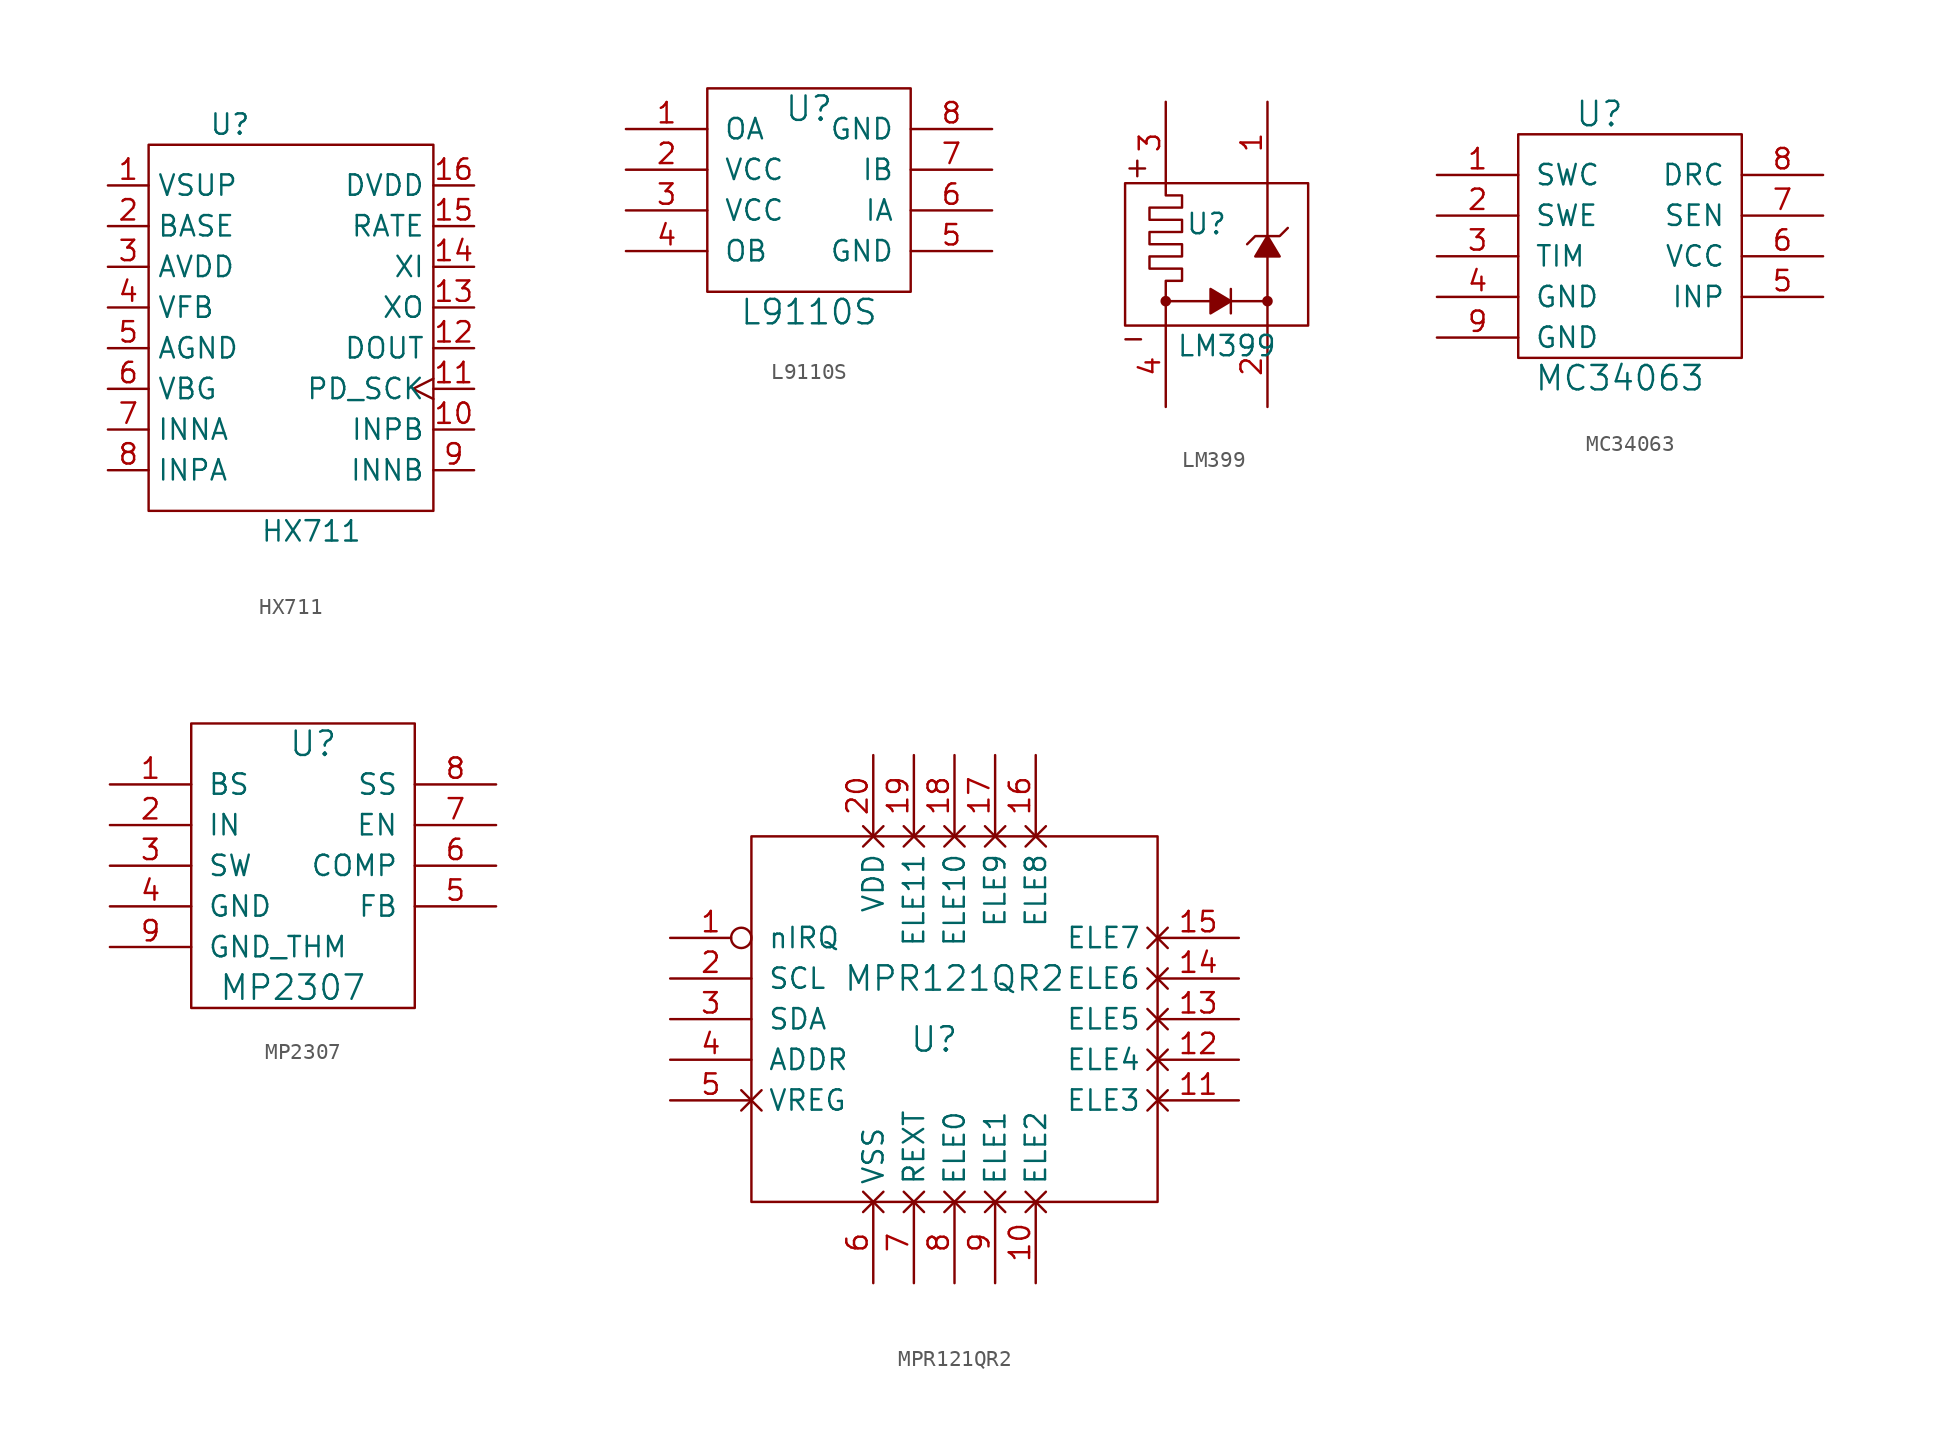
<source format=kicad_sym>
(kicad_symbol_lib
  (version 20220914)
  (generator kicad_symbol_editor)
  (symbol "HX711"
    (property "Reference" "U"
      (at -3.81 12.7 0)
      (effects (font (size 1.27 1.27))))
    (property "Value" "HX711"
      (at 1.27 -12.7 0)
      (effects (font (size 1.27 1.27))))
    (symbol "HX711_0_1"
      (rectangle (start -8.89 11.43) (end 8.89 -11.43) (stroke (width 0) (type default)) (fill (type none))))
    (symbol "HX711_1_1"
      (pin power_in line (at -11.43 8.89 0) (length 2.54) (name "VSUP" (effects (font (size 1.27 1.27)))) (number "1" (effects (font (size 1.27 1.27)))))
      (pin input line (at 11.43 -6.35 180) (length 2.54) (name "INPB" (effects (font (size 1.27 1.27)))) (number "10" (effects (font (size 1.27 1.27)))))
      (pin input clock (at 11.43 -3.81 180) (length 2.54) (name "PD_SCK" (effects (font (size 1.27 1.27)))) (number "11" (effects (font (size 1.27 1.27)))))
      (pin output line (at 11.43 -1.27 180) (length 2.54) (name "DOUT" (effects (font (size 1.27 1.27)))) (number "12" (effects (font (size 1.27 1.27)))))
      (pin input line (at 11.43 1.27 180) (length 2.54) (name "XO" (effects (font (size 1.27 1.27)))) (number "13" (effects (font (size 1.27 1.27)))))
      (pin input line (at 11.43 3.81 180) (length 2.54) (name "XI" (effects (font (size 1.27 1.27)))) (number "14" (effects (font (size 1.27 1.27)))))
      (pin input line (at 11.43 6.35 180) (length 2.54) (name "RATE" (effects (font (size 1.27 1.27)))) (number "15" (effects (font (size 1.27 1.27)))))
      (pin power_in line (at 11.43 8.89 180) (length 2.54) (name "DVDD" (effects (font (size 1.27 1.27)))) (number "16" (effects (font (size 1.27 1.27)))))
      (pin output line (at -11.43 6.35 0) (length 2.54) (name "BASE" (effects (font (size 1.27 1.27)))) (number "2" (effects (font (size 1.27 1.27)))))
      (pin power_in line (at -11.43 3.81 0) (length 2.54) (name "AVDD" (effects (font (size 1.27 1.27)))) (number "3" (effects (font (size 1.27 1.27)))))
      (pin input line (at -11.43 1.27 0) (length 2.54) (name "VFB" (effects (font (size 1.27 1.27)))) (number "4" (effects (font (size 1.27 1.27)))))
      (pin power_in line (at -11.43 -1.27 0) (length 2.54) (name "AGND" (effects (font (size 1.27 1.27)))) (number "5" (effects (font (size 1.27 1.27)))))
      (pin output line (at -11.43 -3.81 0) (length 2.54) (name "VBG" (effects (font (size 1.27 1.27)))) (number "6" (effects (font (size 1.27 1.27)))))
      (pin input line (at -11.43 -6.35 0) (length 2.54) (name "INNA" (effects (font (size 1.27 1.27)))) (number "7" (effects (font (size 1.27 1.27)))))
      (pin input line (at -11.43 -8.89 0) (length 2.54) (name "INPA" (effects (font (size 1.27 1.27)))) (number "8" (effects (font (size 1.27 1.27)))))
      (pin input line (at 11.43 -8.89 180) (length 2.54) (name "INNB" (effects (font (size 1.27 1.27)))) (number "9" (effects (font (size 1.27 1.27)))))))
  (symbol "L9110S"
    (pin_names
      (offset 1.016))
    (property "Reference" "U"
      (at 0 5.08 0)
      (effects (font (size 1.524 1.524))))
    (property "Value" "L9110S"
      (at 0 -7.62 0)
      (effects (font (size 1.524 1.524))))
    (symbol "L9110S_0_1"
      (rectangle (start -6.35 6.35) (end 6.35 -6.35) (stroke (width 0) (type default)) (fill (type none))))
    (symbol "L9110S_1_1"
      (pin input line (at -11.43 3.81 0) (length 5.08) (name "OA" (effects (font (size 1.27 1.27)))) (number "1" (effects (font (size 1.27 1.27)))))
      (pin power_in line (at -11.43 1.27 0) (length 5.08) (name "VCC" (effects (font (size 1.27 1.27)))) (number "2" (effects (font (size 1.27 1.27)))))
      (pin power_in line (at -11.43 -1.27 0) (length 5.08) (name "VCC" (effects (font (size 1.27 1.27)))) (number "3" (effects (font (size 1.27 1.27)))))
      (pin input line (at -11.43 -3.81 0) (length 5.08) (name "OB" (effects (font (size 1.27 1.27)))) (number "4" (effects (font (size 1.27 1.27)))))
      (pin power_in line (at 11.43 -3.81 180) (length 5.08) (name "GND" (effects (font (size 1.27 1.27)))) (number "5" (effects (font (size 1.27 1.27)))))
      (pin input line (at 11.43 -1.27 180) (length 5.08) (name "IA" (effects (font (size 1.27 1.27)))) (number "6" (effects (font (size 1.27 1.27)))))
      (pin input line (at 11.43 1.27 180) (length 5.08) (name "IB" (effects (font (size 1.27 1.27)))) (number "7" (effects (font (size 1.27 1.27)))))
      (pin power_in line (at 11.43 3.81 180) (length 5.08) (name "GND" (effects (font (size 1.27 1.27)))) (number "8" (effects (font (size 1.27 1.27)))))))
  (symbol "LM399"
    (pin_names
      (offset 1.016))
    (property "Reference" "U"
      (at 0 1.27 0)
      (effects (font (size 1.27 1.27))))
    (property "Value" "LM399"
      (at 1.27 -6.35 0)
      (effects (font (size 1.27 1.27))))
    (symbol "LM399_0_0"
      (text "+" (at -4.318 4.826 0) (effects (font (size 1.27 1.27))))
      (text "-" (at -4.572 -5.842 0) (effects (font (size 1.27 1.27)))))
    (symbol "LM399_0_1"
      (rectangle (start -5.08 3.81) (end 6.35 -5.08) (stroke (width 0) (type default)) (fill (type none)))
      (circle (center -2.54 -3.556) (radius 0.254) (stroke (width 0) (type default)) (fill (type outline)))
      (polyline (pts (xy 1.524 -2.794) (xy 1.524 -4.318)) (stroke (width 0) (type default)) (fill (type none)))
      (polyline (pts (xy 3.81 -3.556) (xy 3.81 3.81)) (stroke (width 0) (type default)) (fill (type none)))
      (polyline (pts (xy -2.54 -3.556) (xy 3.81 -3.556) (xy 3.81 -5.08)) (stroke (width 0) (type default)) (fill (type none)))
      (polyline (pts (xy 3.81 0.508) (xy 3.048 0.508) (xy 2.54 0)) (stroke (width 0) (type default)) (fill (type none)))
      (polyline (pts (xy 3.81 0.508) (xy 4.572 0.508) (xy 5.08 1.016)) (stroke (width 0) (type default)) (fill (type none)))
      (polyline (pts (xy 0.254 -2.794) (xy 0.254 -4.318) (xy 1.524 -3.556) (xy 0.254 -2.794)) (stroke (width 0) (type default)) (fill (type outline)))
      (polyline (pts (xy 3.81 0.508) (xy 3.048 -0.762) (xy 4.572 -0.762) (xy 3.81 0.508)) (stroke (width 0) (type default)) (fill (type outline)))
      (polyline (pts (xy -2.54 3.81) (xy -2.54 3.048) (xy -1.524 3.048) (xy -1.524 2.286) (xy -3.556 2.286) (xy -3.556 1.524) (xy -1.524 1.524) (xy -1.524 0.762) (xy -3.556 0.762) (xy -3.556 0) (xy -1.524 0) (xy -1.524 -0.762) (xy -3.556 -0.762) (xy -3.556 -1.524) (xy -1.524 -1.524) (xy -1.524 -2.286) (xy -2.54 -2.286) (xy -2.54 -5.08)) (stroke (width 0) (type default)) (fill (type none)))
      (circle (center 3.81 -3.556) (radius 0.254) (stroke (width 0) (type default)) (fill (type outline))))
    (symbol "LM399_1_1"
      (pin power_out line (at 3.81 8.89 270) (length 5.08) (name "~" (effects (font (size 1.27 1.27)))) (number "1" (effects (font (size 1.27 1.27)))))
      (pin power_out line (at 3.81 -10.16 90) (length 5.08) (name "~" (effects (font (size 1.27 1.27)))) (number "2" (effects (font (size 1.27 1.27)))))
      (pin power_out line (at -2.54 8.89 270) (length 5.08) (name "~" (effects (font (size 1.27 1.27)))) (number "3" (effects (font (size 1.27 1.27)))))
      (pin power_out line (at -2.54 -10.16 90) (length 5.08) (name "~" (effects (font (size 1.27 1.27)))) (number "4" (effects (font (size 1.27 1.27)))))))
  (symbol "MC34063"
    (pin_names
      (offset 1.016))
    (property "Reference" "U"
      (at -1.27 7.62 0)
      (effects (font (size 1.524 1.524))))
    (property "Value" "MC34063"
      (at 0 -8.89 0)
      (effects (font (size 1.524 1.524))))
    (property "Footprint" ""
      (at 1.27 -1.27 0)
      (effects (font (size 1.524 1.524))))
    (property "Datasheet" ""
      (at 1.27 -1.27 0)
      (effects (font (size 1.524 1.524))))
    (symbol "MC34063_0_1"
      (rectangle (start -6.35 6.35) (end 7.62 -7.62) (stroke (width 0) (type default)) (fill (type none))))
    (symbol "MC34063_1_1"
      (pin input line (at -11.43 3.81 0) (length 5.08) (name "SWC" (effects (font (size 1.27 1.27)))) (number "1" (effects (font (size 1.27 1.27)))))
      (pin input line (at -11.43 1.27 0) (length 5.08) (name "SWE" (effects (font (size 1.27 1.27)))) (number "2" (effects (font (size 1.27 1.27)))))
      (pin input line (at -11.43 -1.27 0) (length 5.08) (name "TIM" (effects (font (size 1.27 1.27)))) (number "3" (effects (font (size 1.27 1.27)))))
      (pin input line (at -11.43 -3.81 0) (length 5.08) (name "GND" (effects (font (size 1.27 1.27)))) (number "4" (effects (font (size 1.27 1.27)))))
      (pin input line (at 12.7 -3.81 180) (length 5.08) (name "INP" (effects (font (size 1.27 1.27)))) (number "5" (effects (font (size 1.27 1.27)))))
      (pin input line (at 12.7 -1.27 180) (length 5.08) (name "VCC" (effects (font (size 1.27 1.27)))) (number "6" (effects (font (size 1.27 1.27)))))
      (pin input line (at 12.7 1.27 180) (length 5.08) (name "SEN" (effects (font (size 1.27 1.27)))) (number "7" (effects (font (size 1.27 1.27)))))
      (pin input line (at 12.7 3.81 180) (length 5.08) (name "DRC" (effects (font (size 1.27 1.27)))) (number "8" (effects (font (size 1.27 1.27)))))
      (pin input line (at -11.43 -6.35 0) (length 5.08) (name "GND" (effects (font (size 1.27 1.27)))) (number "9" (effects (font (size 1.27 1.27)))))))
  (symbol "MP2307"
    (pin_names
      (offset 1.016))
    (property "Reference" "U"
      (at 1.27 7.62 0)
      (effects (font (size 1.524 1.524))))
    (property "Value" "MP2307"
      (at 0 -7.62 0)
      (effects (font (size 1.524 1.524))))
    (property "Footprint" ""
      (at 6.35 -7.62 0)
      (effects (font (size 1.524 1.524))))
    (property "Datasheet" ""
      (at 6.35 -7.62 0)
      (effects (font (size 1.524 1.524))))
    (symbol "MP2307_0_1"
      (rectangle (start -6.35 8.89) (end 7.62 -8.89) (stroke (width 0) (type default)) (fill (type none))))
    (symbol "MP2307_1_1"
      (pin power_in line (at -11.43 5.08 0) (length 5.08) (name "BS" (effects (font (size 1.27 1.27)))) (number "1" (effects (font (size 1.27 1.27)))))
      (pin input line (at -11.43 2.54 0) (length 5.08) (name "IN" (effects (font (size 1.27 1.27)))) (number "2" (effects (font (size 1.27 1.27)))))
      (pin power_out line (at -11.43 0 0) (length 5.08) (name "SW" (effects (font (size 1.27 1.27)))) (number "3" (effects (font (size 1.27 1.27)))))
      (pin power_in line (at -11.43 -2.54 0) (length 5.08) (name "GND" (effects (font (size 1.27 1.27)))) (number "4" (effects (font (size 1.27 1.27)))))
      (pin input line (at 12.7 -2.54 180) (length 5.08) (name "FB" (effects (font (size 1.27 1.27)))) (number "5" (effects (font (size 1.27 1.27)))))
      (pin input line (at 12.7 0 180) (length 5.08) (name "COMP" (effects (font (size 1.27 1.27)))) (number "6" (effects (font (size 1.27 1.27)))))
      (pin input line (at 12.7 2.54 180) (length 5.08) (name "EN" (effects (font (size 1.27 1.27)))) (number "7" (effects (font (size 1.27 1.27)))))
      (pin input line (at 12.7 5.08 180) (length 5.08) (name "SS" (effects (font (size 1.27 1.27)))) (number "8" (effects (font (size 1.27 1.27)))))
      (pin power_in line (at -11.43 -5.08 0) (length 5.08) (name "GND_THM" (effects (font (size 1.27 1.27)))) (number "9" (effects (font (size 1.27 1.27)))))))
  (symbol "MPR121QR2"
    (pin_names
      (offset 1.016))
    (property "Reference" "U"
      (at -1.27 -1.27 0)
      (effects (font (size 1.524 1.524))))
    (property "Value" "MPR121QR2"
      (at 0 2.54 0)
      (effects (font (size 1.524 1.524))))
    (property "Footprint" ""
      (at 3.81 -6.35 0)
      (effects (font (size 1.524 1.524))))
    (property "Datasheet" ""
      (at 3.81 -6.35 0)
      (effects (font (size 1.524 1.524))))
    (symbol "MPR121QR2_0_1"
      (rectangle (start -12.7 11.43) (end 12.7 -11.43) (stroke (width 0) (type default)) (fill (type none))))
    (symbol "MPR121QR2_1_1"
      (pin input inverted (at -17.78 5.08 0) (length 5.08) (name "nIRQ" (effects (font (size 1.27 1.27)))) (number "1" (effects (font (size 1.27 1.27)))))
      (pin input non_logic (at 5.08 -16.51 90) (length 5.08) (name "ELE2" (effects (font (size 1.27 1.27)))) (number "10" (effects (font (size 1.27 1.27)))))
      (pin input non_logic (at 17.78 -5.08 180) (length 5.08) (name "ELE3" (effects (font (size 1.27 1.27)))) (number "11" (effects (font (size 1.27 1.27)))))
      (pin input non_logic (at 17.78 -2.54 180) (length 5.08) (name "ELE4" (effects (font (size 1.27 1.27)))) (number "12" (effects (font (size 1.27 1.27)))))
      (pin input non_logic (at 17.78 0 180) (length 5.08) (name "ELE5" (effects (font (size 1.27 1.27)))) (number "13" (effects (font (size 1.27 1.27)))))
      (pin input non_logic (at 17.78 2.54 180) (length 5.08) (name "ELE6" (effects (font (size 1.27 1.27)))) (number "14" (effects (font (size 1.27 1.27)))))
      (pin input non_logic (at 17.78 5.08 180) (length 5.08) (name "ELE7" (effects (font (size 1.27 1.27)))) (number "15" (effects (font (size 1.27 1.27)))))
      (pin input non_logic (at 5.08 16.51 270) (length 5.08) (name "ELE8" (effects (font (size 1.27 1.27)))) (number "16" (effects (font (size 1.27 1.27)))))
      (pin input non_logic (at 2.54 16.51 270) (length 5.08) (name "ELE9" (effects (font (size 1.27 1.27)))) (number "17" (effects (font (size 1.27 1.27)))))
      (pin input non_logic (at 0 16.51 270) (length 5.08) (name "ELE10" (effects (font (size 1.27 1.27)))) (number "18" (effects (font (size 1.27 1.27)))))
      (pin input non_logic (at -2.54 16.51 270) (length 5.08) (name "ELE11" (effects (font (size 1.27 1.27)))) (number "19" (effects (font (size 1.27 1.27)))))
      (pin input line (at -17.78 2.54 0) (length 5.08) (name "SCL" (effects (font (size 1.27 1.27)))) (number "2" (effects (font (size 1.27 1.27)))))
      (pin power_in non_logic (at -5.08 16.51 270) (length 5.08) (name "VDD" (effects (font (size 1.27 1.27)))) (number "20" (effects (font (size 1.27 1.27)))))
      (pin input line (at -17.78 0 0) (length 5.08) (name "SDA" (effects (font (size 1.27 1.27)))) (number "3" (effects (font (size 1.27 1.27)))))
      (pin input line (at -17.78 -2.54 0) (length 5.08) (name "ADDR" (effects (font (size 1.27 1.27)))) (number "4" (effects (font (size 1.27 1.27)))))
      (pin input non_logic (at -17.78 -5.08 0) (length 5.08) (name "VREG" (effects (font (size 1.27 1.27)))) (number "5" (effects (font (size 1.27 1.27)))))
      (pin power_in non_logic (at -5.08 -16.51 90) (length 5.08) (name "VSS" (effects (font (size 1.27 1.27)))) (number "6" (effects (font (size 1.27 1.27)))))
      (pin input non_logic (at -2.54 -16.51 90) (length 5.08) (name "REXT" (effects (font (size 1.27 1.27)))) (number "7" (effects (font (size 1.27 1.27)))))
      (pin input non_logic (at 0 -16.51 90) (length 5.08) (name "ELE0" (effects (font (size 1.27 1.27)))) (number "8" (effects (font (size 1.27 1.27)))))
      (pin input non_logic (at 2.54 -16.51 90) (length 5.08) (name "ELE1" (effects (font (size 1.27 1.27)))) (number "9" (effects (font (size 1.27 1.27))))))))
</source>
